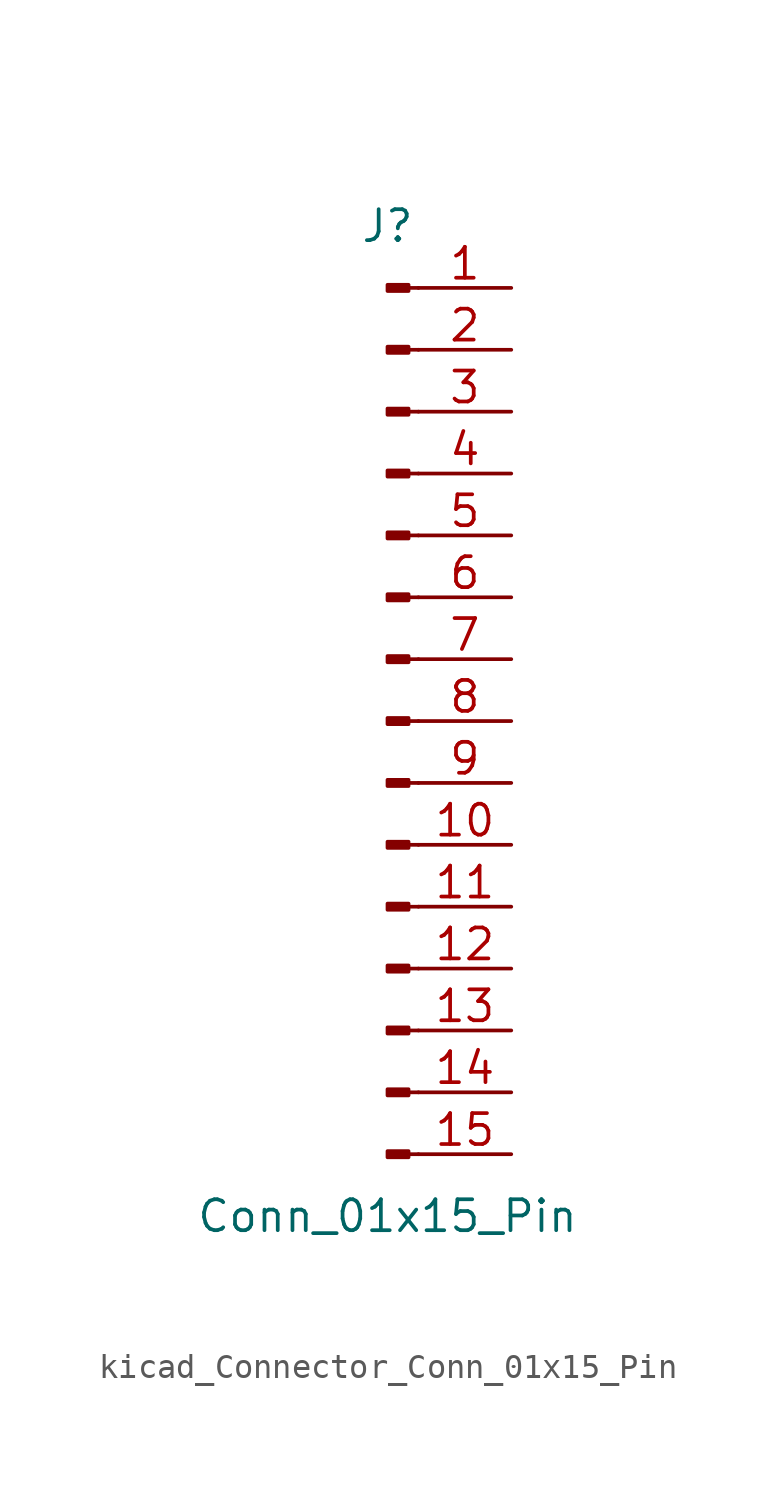
<source format=kicad_sym>
(kicad_symbol_lib
  (version 20220914)
  (generator kicad_symbol_editor)
  (symbol "kicad_Connector_Conn_01x15_Pin"
    (pin_names
      (offset 1.016) hide)
    (property "Reference" "J"
      (at 0 20.32 0)
      (effects (font (size 1.27 1.27))))
    (property "Value" "Conn_01x15_Pin"
      (at 0 -20.32 0)
      (effects (font (size 1.27 1.27))))
    (property "ki_locked" ""
      (at 0 0 0)
      (effects (font (size 1.27 1.27))))
    (symbol "kicad_Connector_Conn_01x15_Pin_1_1"
      (polyline (pts (xy 1.27 -17.78) (xy 0.864 -17.78)) (stroke (width 0.152) (type default)) (fill (type none)))
      (polyline (pts (xy 1.27 -15.24) (xy 0.864 -15.24)) (stroke (width 0.152) (type default)) (fill (type none)))
      (polyline (pts (xy 1.27 -12.7) (xy 0.864 -12.7)) (stroke (width 0.152) (type default)) (fill (type none)))
      (polyline (pts (xy 1.27 -10.16) (xy 0.864 -10.16)) (stroke (width 0.152) (type default)) (fill (type none)))
      (polyline (pts (xy 1.27 -7.62) (xy 0.864 -7.62)) (stroke (width 0.152) (type default)) (fill (type none)))
      (polyline (pts (xy 1.27 -5.08) (xy 0.864 -5.08)) (stroke (width 0.152) (type default)) (fill (type none)))
      (polyline (pts (xy 1.27 -2.54) (xy 0.864 -2.54)) (stroke (width 0.152) (type default)) (fill (type none)))
      (polyline (pts (xy 1.27 0) (xy 0.864 0)) (stroke (width 0.152) (type default)) (fill (type none)))
      (polyline (pts (xy 1.27 2.54) (xy 0.864 2.54)) (stroke (width 0.152) (type default)) (fill (type none)))
      (polyline (pts (xy 1.27 5.08) (xy 0.864 5.08)) (stroke (width 0.152) (type default)) (fill (type none)))
      (polyline (pts (xy 1.27 7.62) (xy 0.864 7.62)) (stroke (width 0.152) (type default)) (fill (type none)))
      (polyline (pts (xy 1.27 10.16) (xy 0.864 10.16)) (stroke (width 0.152) (type default)) (fill (type none)))
      (polyline (pts (xy 1.27 12.7) (xy 0.864 12.7)) (stroke (width 0.152) (type default)) (fill (type none)))
      (polyline (pts (xy 1.27 15.24) (xy 0.864 15.24)) (stroke (width 0.152) (type default)) (fill (type none)))
      (polyline (pts (xy 1.27 17.78) (xy 0.864 17.78)) (stroke (width 0.152) (type default)) (fill (type none)))
      (rectangle (start 0.864 -17.653) (end 0 -17.907) (stroke (width 0.152) (type default)) (fill (type outline)))
      (rectangle (start 0.864 -15.113) (end 0 -15.367) (stroke (width 0.152) (type default)) (fill (type outline)))
      (rectangle (start 0.864 -12.573) (end 0 -12.827) (stroke (width 0.152) (type default)) (fill (type outline)))
      (rectangle (start 0.864 -10.033) (end 0 -10.287) (stroke (width 0.152) (type default)) (fill (type outline)))
      (rectangle (start 0.864 -7.493) (end 0 -7.747) (stroke (width 0.152) (type default)) (fill (type outline)))
      (rectangle (start 0.864 -4.953) (end 0 -5.207) (stroke (width 0.152) (type default)) (fill (type outline)))
      (rectangle (start 0.864 -2.413) (end 0 -2.667) (stroke (width 0.152) (type default)) (fill (type outline)))
      (rectangle (start 0.864 0.127) (end 0 -0.127) (stroke (width 0.152) (type default)) (fill (type outline)))
      (rectangle (start 0.864 2.667) (end 0 2.413) (stroke (width 0.152) (type default)) (fill (type outline)))
      (rectangle (start 0.864 5.207) (end 0 4.953) (stroke (width 0.152) (type default)) (fill (type outline)))
      (rectangle (start 0.864 7.747) (end 0 7.493) (stroke (width 0.152) (type default)) (fill (type outline)))
      (rectangle (start 0.864 10.287) (end 0 10.033) (stroke (width 0.152) (type default)) (fill (type outline)))
      (rectangle (start 0.864 12.827) (end 0 12.573) (stroke (width 0.152) (type default)) (fill (type outline)))
      (rectangle (start 0.864 15.367) (end 0 15.113) (stroke (width 0.152) (type default)) (fill (type outline)))
      (rectangle (start 0.864 17.907) (end 0 17.653) (stroke (width 0.152) (type default)) (fill (type outline)))
      (pin passive line (at 5.08 17.78 180) (length 3.81) (name "Pin_1" (effects (font (size 1.27 1.27)))) (number "1" (effects (font (size 1.27 1.27)))))
      (pin passive line (at 5.08 -5.08 180) (length 3.81) (name "Pin_10" (effects (font (size 1.27 1.27)))) (number "10" (effects (font (size 1.27 1.27)))))
      (pin passive line (at 5.08 -7.62 180) (length 3.81) (name "Pin_11" (effects (font (size 1.27 1.27)))) (number "11" (effects (font (size 1.27 1.27)))))
      (pin passive line (at 5.08 -10.16 180) (length 3.81) (name "Pin_12" (effects (font (size 1.27 1.27)))) (number "12" (effects (font (size 1.27 1.27)))))
      (pin passive line (at 5.08 -12.7 180) (length 3.81) (name "Pin_13" (effects (font (size 1.27 1.27)))) (number "13" (effects (font (size 1.27 1.27)))))
      (pin passive line (at 5.08 -15.24 180) (length 3.81) (name "Pin_14" (effects (font (size 1.27 1.27)))) (number "14" (effects (font (size 1.27 1.27)))))
      (pin passive line (at 5.08 -17.78 180) (length 3.81) (name "Pin_15" (effects (font (size 1.27 1.27)))) (number "15" (effects (font (size 1.27 1.27)))))
      (pin passive line (at 5.08 15.24 180) (length 3.81) (name "Pin_2" (effects (font (size 1.27 1.27)))) (number "2" (effects (font (size 1.27 1.27)))))
      (pin passive line (at 5.08 12.7 180) (length 3.81) (name "Pin_3" (effects (font (size 1.27 1.27)))) (number "3" (effects (font (size 1.27 1.27)))))
      (pin passive line (at 5.08 10.16 180) (length 3.81) (name "Pin_4" (effects (font (size 1.27 1.27)))) (number "4" (effects (font (size 1.27 1.27)))))
      (pin passive line (at 5.08 7.62 180) (length 3.81) (name "Pin_5" (effects (font (size 1.27 1.27)))) (number "5" (effects (font (size 1.27 1.27)))))
      (pin passive line (at 5.08 5.08 180) (length 3.81) (name "Pin_6" (effects (font (size 1.27 1.27)))) (number "6" (effects (font (size 1.27 1.27)))))
      (pin passive line (at 5.08 2.54 180) (length 3.81) (name "Pin_7" (effects (font (size 1.27 1.27)))) (number "7" (effects (font (size 1.27 1.27)))))
      (pin passive line (at 5.08 0 180) (length 3.81) (name "Pin_8" (effects (font (size 1.27 1.27)))) (number "8" (effects (font (size 1.27 1.27)))))
      (pin passive line (at 5.08 -2.54 180) (length 3.81) (name "Pin_9" (effects (font (size 1.27 1.27)))) (number "9" (effects (font (size 1.27 1.27))))))))
</source>
